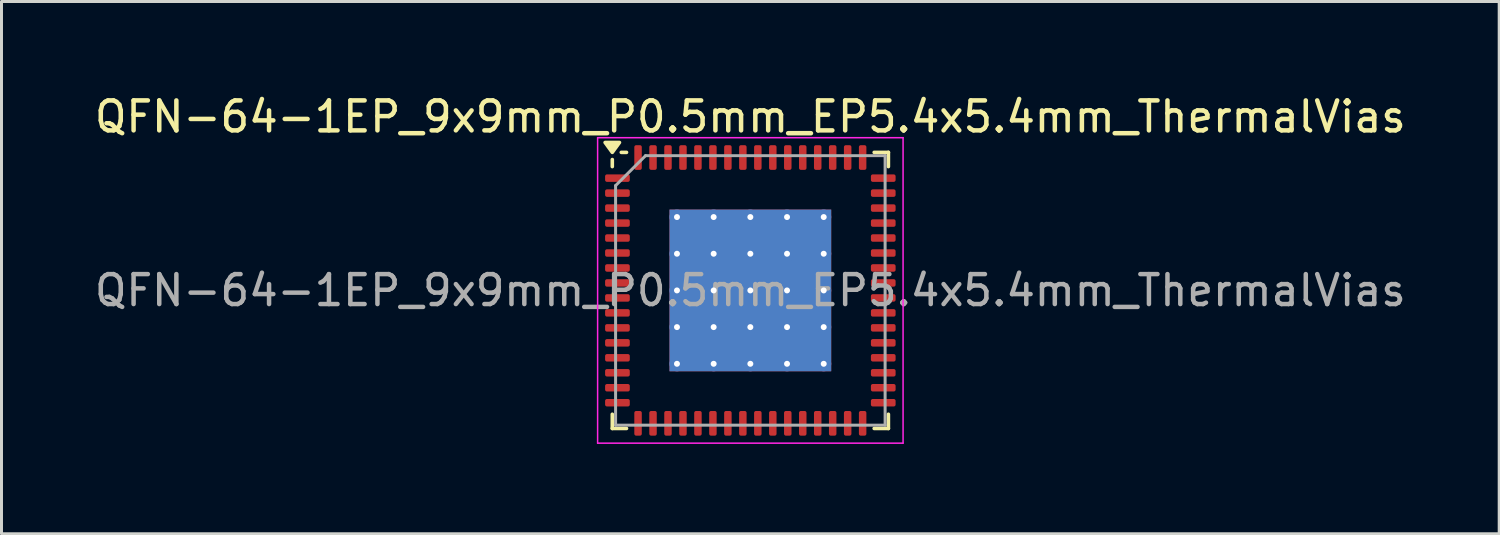
<source format=kicad_pcb>
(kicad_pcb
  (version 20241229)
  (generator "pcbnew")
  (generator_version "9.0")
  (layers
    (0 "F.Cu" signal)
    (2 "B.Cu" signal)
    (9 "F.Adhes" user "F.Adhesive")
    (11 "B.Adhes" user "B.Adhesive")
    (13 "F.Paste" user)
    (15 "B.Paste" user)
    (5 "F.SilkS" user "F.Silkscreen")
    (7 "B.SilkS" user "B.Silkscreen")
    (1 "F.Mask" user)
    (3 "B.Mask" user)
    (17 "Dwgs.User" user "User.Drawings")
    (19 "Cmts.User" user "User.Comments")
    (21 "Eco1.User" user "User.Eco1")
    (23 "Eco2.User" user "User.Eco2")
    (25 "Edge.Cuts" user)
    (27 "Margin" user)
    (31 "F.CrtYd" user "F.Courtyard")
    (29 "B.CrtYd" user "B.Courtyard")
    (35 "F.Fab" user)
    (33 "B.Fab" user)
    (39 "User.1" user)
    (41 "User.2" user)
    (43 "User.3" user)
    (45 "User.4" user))
  (footprint "QFN-64-1EP_9x9mm_P0.5mm_EP5.4x5.4mm_ThermalVias"
    (layer "F.Cu")
    (at 22.006 6.648)
    (property "Reference" "QFN-64-1EP_9x9mm_P0.5mm_EP5.4x5.4mm_ThermalVias" (at 0 -5.8 0) (layer "F.SilkS") (effects (font (size 1 1) (thickness 0.15))))
    (attr smd)
    (fp_line (start -4.61 -4.135) (end -4.61 -4.37) (stroke (width 0.12) (type solid)) (layer "F.SilkS"))
    (fp_line (start -4.61 4.61) (end -4.61 4.135) (stroke (width 0.12) (type solid)) (layer "F.SilkS"))
    (fp_line (start -4.135 -4.61) (end -4.31 -4.61) (stroke (width 0.12) (type solid)) (layer "F.SilkS"))
    (fp_line (start -4.135 4.61) (end -4.61 4.61) (stroke (width 0.12) (type solid)) (layer "F.SilkS"))
    (fp_line (start 4.135 -4.61) (end 4.61 -4.61) (stroke (width 0.12) (type solid)) (layer "F.SilkS"))
    (fp_line (start 4.135 4.61) (end 4.61 4.61) (stroke (width 0.12) (type solid)) (layer "F.SilkS"))
    (fp_line (start 4.61 -4.61) (end 4.61 -4.135) (stroke (width 0.12) (type solid)) (layer "F.SilkS"))
    (fp_line (start 4.61 4.61) (end 4.61 4.135) (stroke (width 0.12) (type solid)) (layer "F.SilkS"))
    (fp_poly (pts (xy -4.61 -4.61) (xy -4.85 -4.94) (xy -4.37 -4.94) (xy -4.61 -4.61)) (stroke (width 0.12) (type solid)) (fill yes) (layer "F.SilkS"))
    (fp_line (start -5.1 -5.1) (end -5.1 5.1) (stroke (width 0.05) (type solid)) (layer "F.CrtYd"))
    (fp_line (start -5.1 5.1) (end 5.1 5.1) (stroke (width 0.05) (type solid)) (layer "F.CrtYd"))
    (fp_line (start 5.1 -5.1) (end -5.1 -5.1) (stroke (width 0.05) (type solid)) (layer "F.CrtYd"))
    (fp_line (start 5.1 5.1) (end 5.1 -5.1) (stroke (width 0.05) (type solid)) (layer "F.CrtYd"))
    (fp_line (start -4.5 -3.5) (end -3.5 -4.5) (stroke (width 0.1) (type solid)) (layer "F.Fab"))
    (fp_line (start -4.5 4.5) (end -4.5 -3.5) (stroke (width 0.1) (type solid)) (layer "F.Fab"))
    (fp_line (start -3.5 -4.5) (end 4.5 -4.5) (stroke (width 0.1) (type solid)) (layer "F.Fab"))
    (fp_line (start 4.5 -4.5) (end 4.5 4.5) (stroke (width 0.1) (type solid)) (layer "F.Fab"))
    (fp_line (start 4.5 4.5) (end -4.5 4.5) (stroke (width 0.1) (type solid)) (layer "F.Fab"))
    (fp_text user "${REFERENCE}" (at 0 0 0) (layer "F.Fab") (effects (font (size 1 1) (thickness 0.15))))
    (pad "" smd roundrect (at -1.837 -1.837) (size 1.088 1.088) (layers "F.Paste") (roundrect_rratio 0.23))
    (pad "" smd roundrect (at -1.837 -0.613) (size 1.088 1.088) (layers "F.Paste") (roundrect_rratio 0.23))
    (pad "" smd roundrect (at -1.837 0.613) (size 1.088 1.088) (layers "F.Paste") (roundrect_rratio 0.23))
    (pad "" smd roundrect (at -1.837 1.837) (size 1.088 1.088) (layers "F.Paste") (roundrect_rratio 0.23))
    (pad "" smd roundrect (at -0.613 -1.837) (size 1.088 1.088) (layers "F.Paste") (roundrect_rratio 0.23))
    (pad "" smd roundrect (at -0.613 -0.613) (size 1.088 1.088) (layers "F.Paste") (roundrect_rratio 0.23))
    (pad "" smd roundrect (at -0.613 0.613) (size 1.088 1.088) (layers "F.Paste") (roundrect_rratio 0.23))
    (pad "" smd roundrect (at -0.613 1.837) (size 1.088 1.088) (layers "F.Paste") (roundrect_rratio 0.23))
    (pad "" smd roundrect (at 0.613 -1.837) (size 1.088 1.088) (layers "F.Paste") (roundrect_rratio 0.23))
    (pad "" smd roundrect (at 0.613 -0.613) (size 1.088 1.088) (layers "F.Paste") (roundrect_rratio 0.23))
    (pad "" smd roundrect (at 0.613 0.613) (size 1.088 1.088) (layers "F.Paste") (roundrect_rratio 0.23))
    (pad "" smd roundrect (at 0.613 1.837) (size 1.088 1.088) (layers "F.Paste") (roundrect_rratio 0.23))
    (pad "" smd roundrect (at 1.837 -1.837) (size 1.088 1.088) (layers "F.Paste") (roundrect_rratio 0.23))
    (pad "" smd roundrect (at 1.837 -0.613) (size 1.088 1.088) (layers "F.Paste") (roundrect_rratio 0.23))
    (pad "" smd roundrect (at 1.837 0.613) (size 1.088 1.088) (layers "F.Paste") (roundrect_rratio 0.23))
    (pad "" smd roundrect (at 1.837 1.837) (size 1.088 1.088) (layers "F.Paste") (roundrect_rratio 0.23))
    (pad "1" smd roundrect (at -4.438 -3.75) (size 0.825 0.25) (layers "F.Cu" "F.Mask" "F.Paste") (roundrect_rratio 0.25))
    (pad "2" smd roundrect (at -4.438 -3.25) (size 0.825 0.25) (layers "F.Cu" "F.Mask" "F.Paste") (roundrect_rratio 0.25))
    (pad "3" smd roundrect (at -4.438 -2.75) (size 0.825 0.25) (layers "F.Cu" "F.Mask" "F.Paste") (roundrect_rratio 0.25))
    (pad "4" smd roundrect (at -4.438 -2.25) (size 0.825 0.25) (layers "F.Cu" "F.Mask" "F.Paste") (roundrect_rratio 0.25))
    (pad "5" smd roundrect (at -4.438 -1.75) (size 0.825 0.25) (layers "F.Cu" "F.Mask" "F.Paste") (roundrect_rratio 0.25))
    (pad "6" smd roundrect (at -4.438 -1.25) (size 0.825 0.25) (layers "F.Cu" "F.Mask" "F.Paste") (roundrect_rratio 0.25))
    (pad "7" smd roundrect (at -4.438 -0.75) (size 0.825 0.25) (layers "F.Cu" "F.Mask" "F.Paste") (roundrect_rratio 0.25))
    (pad "8" smd roundrect (at -4.438 -0.25) (size 0.825 0.25) (layers "F.Cu" "F.Mask" "F.Paste") (roundrect_rratio 0.25))
    (pad "9" smd roundrect (at -4.438 0.25) (size 0.825 0.25) (layers "F.Cu" "F.Mask" "F.Paste") (roundrect_rratio 0.25))
    (pad "10" smd roundrect (at -4.438 0.75) (size 0.825 0.25) (layers "F.Cu" "F.Mask" "F.Paste") (roundrect_rratio 0.25))
    (pad "11" smd roundrect (at -4.438 1.25) (size 0.825 0.25) (layers "F.Cu" "F.Mask" "F.Paste") (roundrect_rratio 0.25))
    (pad "12" smd roundrect (at -4.438 1.75) (size 0.825 0.25) (layers "F.Cu" "F.Mask" "F.Paste") (roundrect_rratio 0.25))
    (pad "13" smd roundrect (at -4.438 2.25) (size 0.825 0.25) (layers "F.Cu" "F.Mask" "F.Paste") (roundrect_rratio 0.25))
    (pad "14" smd roundrect (at -4.438 2.75) (size 0.825 0.25) (layers "F.Cu" "F.Mask" "F.Paste") (roundrect_rratio 0.25))
    (pad "15" smd roundrect (at -4.438 3.25) (size 0.825 0.25) (layers "F.Cu" "F.Mask" "F.Paste") (roundrect_rratio 0.25))
    (pad "16" smd roundrect (at -4.438 3.75) (size 0.825 0.25) (layers "F.Cu" "F.Mask" "F.Paste") (roundrect_rratio 0.25))
    (pad "17" smd roundrect (at -3.75 4.438) (size 0.25 0.825) (layers "F.Cu" "F.Mask" "F.Paste") (roundrect_rratio 0.25))
    (pad "18" smd roundrect (at -3.25 4.438) (size 0.25 0.825) (layers "F.Cu" "F.Mask" "F.Paste") (roundrect_rratio 0.25))
    (pad "19" smd roundrect (at -2.75 4.438) (size 0.25 0.825) (layers "F.Cu" "F.Mask" "F.Paste") (roundrect_rratio 0.25))
    (pad "20" smd roundrect (at -2.25 4.438) (size 0.25 0.825) (layers "F.Cu" "F.Mask" "F.Paste") (roundrect_rratio 0.25))
    (pad "21" smd roundrect (at -1.75 4.438) (size 0.25 0.825) (layers "F.Cu" "F.Mask" "F.Paste") (roundrect_rratio 0.25))
    (pad "22" smd roundrect (at -1.25 4.438) (size 0.25 0.825) (layers "F.Cu" "F.Mask" "F.Paste") (roundrect_rratio 0.25))
    (pad "23" smd roundrect (at -0.75 4.438) (size 0.25 0.825) (layers "F.Cu" "F.Mask" "F.Paste") (roundrect_rratio 0.25))
    (pad "24" smd roundrect (at -0.25 4.438) (size 0.25 0.825) (layers "F.Cu" "F.Mask" "F.Paste") (roundrect_rratio 0.25))
    (pad "25" smd roundrect (at 0.25 4.438) (size 0.25 0.825) (layers "F.Cu" "F.Mask" "F.Paste") (roundrect_rratio 0.25))
    (pad "26" smd roundrect (at 0.75 4.438) (size 0.25 0.825) (layers "F.Cu" "F.Mask" "F.Paste") (roundrect_rratio 0.25))
    (pad "27" smd roundrect (at 1.25 4.438) (size 0.25 0.825) (layers "F.Cu" "F.Mask" "F.Paste") (roundrect_rratio 0.25))
    (pad "28" smd roundrect (at 1.75 4.438) (size 0.25 0.825) (layers "F.Cu" "F.Mask" "F.Paste") (roundrect_rratio 0.25))
    (pad "29" smd roundrect (at 2.25 4.438) (size 0.25 0.825) (layers "F.Cu" "F.Mask" "F.Paste") (roundrect_rratio 0.25))
    (pad "30" smd roundrect (at 2.75 4.438) (size 0.25 0.825) (layers "F.Cu" "F.Mask" "F.Paste") (roundrect_rratio 0.25))
    (pad "31" smd roundrect (at 3.25 4.438) (size 0.25 0.825) (layers "F.Cu" "F.Mask" "F.Paste") (roundrect_rratio 0.25))
    (pad "32" smd roundrect (at 3.75 4.438) (size 0.25 0.825) (layers "F.Cu" "F.Mask" "F.Paste") (roundrect_rratio 0.25))
    (pad "33" smd roundrect (at 4.438 3.75) (size 0.825 0.25) (layers "F.Cu" "F.Mask" "F.Paste") (roundrect_rratio 0.25))
    (pad "34" smd roundrect (at 4.438 3.25) (size 0.825 0.25) (layers "F.Cu" "F.Mask" "F.Paste") (roundrect_rratio 0.25))
    (pad "35" smd roundrect (at 4.438 2.75) (size 0.825 0.25) (layers "F.Cu" "F.Mask" "F.Paste") (roundrect_rratio 0.25))
    (pad "36" smd roundrect (at 4.438 2.25) (size 0.825 0.25) (layers "F.Cu" "F.Mask" "F.Paste") (roundrect_rratio 0.25))
    (pad "37" smd roundrect (at 4.438 1.75) (size 0.825 0.25) (layers "F.Cu" "F.Mask" "F.Paste") (roundrect_rratio 0.25))
    (pad "38" smd roundrect (at 4.438 1.25) (size 0.825 0.25) (layers "F.Cu" "F.Mask" "F.Paste") (roundrect_rratio 0.25))
    (pad "39" smd roundrect (at 4.438 0.75) (size 0.825 0.25) (layers "F.Cu" "F.Mask" "F.Paste") (roundrect_rratio 0.25))
    (pad "40" smd roundrect (at 4.438 0.25) (size 0.825 0.25) (layers "F.Cu" "F.Mask" "F.Paste") (roundrect_rratio 0.25))
    (pad "41" smd roundrect (at 4.438 -0.25) (size 0.825 0.25) (layers "F.Cu" "F.Mask" "F.Paste") (roundrect_rratio 0.25))
    (pad "42" smd roundrect (at 4.438 -0.75) (size 0.825 0.25) (layers "F.Cu" "F.Mask" "F.Paste") (roundrect_rratio 0.25))
    (pad "43" smd roundrect (at 4.438 -1.25) (size 0.825 0.25) (layers "F.Cu" "F.Mask" "F.Paste") (roundrect_rratio 0.25))
    (pad "44" smd roundrect (at 4.438 -1.75) (size 0.825 0.25) (layers "F.Cu" "F.Mask" "F.Paste") (roundrect_rratio 0.25))
    (pad "45" smd roundrect (at 4.438 -2.25) (size 0.825 0.25) (layers "F.Cu" "F.Mask" "F.Paste") (roundrect_rratio 0.25))
    (pad "46" smd roundrect (at 4.438 -2.75) (size 0.825 0.25) (layers "F.Cu" "F.Mask" "F.Paste") (roundrect_rratio 0.25))
    (pad "47" smd roundrect (at 4.438 -3.25) (size 0.825 0.25) (layers "F.Cu" "F.Mask" "F.Paste") (roundrect_rratio 0.25))
    (pad "48" smd roundrect (at 4.438 -3.75) (size 0.825 0.25) (layers "F.Cu" "F.Mask" "F.Paste") (roundrect_rratio 0.25))
    (pad "49" smd roundrect (at 3.75 -4.438) (size 0.25 0.825) (layers "F.Cu" "F.Mask" "F.Paste") (roundrect_rratio 0.25))
    (pad "50" smd roundrect (at 3.25 -4.438) (size 0.25 0.825) (layers "F.Cu" "F.Mask" "F.Paste") (roundrect_rratio 0.25))
    (pad "51" smd roundrect (at 2.75 -4.438) (size 0.25 0.825) (layers "F.Cu" "F.Mask" "F.Paste") (roundrect_rratio 0.25))
    (pad "52" smd roundrect (at 2.25 -4.438) (size 0.25 0.825) (layers "F.Cu" "F.Mask" "F.Paste") (roundrect_rratio 0.25))
    (pad "53" smd roundrect (at 1.75 -4.438) (size 0.25 0.825) (layers "F.Cu" "F.Mask" "F.Paste") (roundrect_rratio 0.25))
    (pad "54" smd roundrect (at 1.25 -4.438) (size 0.25 0.825) (layers "F.Cu" "F.Mask" "F.Paste") (roundrect_rratio 0.25))
    (pad "55" smd roundrect (at 0.75 -4.438) (size 0.25 0.825) (layers "F.Cu" "F.Mask" "F.Paste") (roundrect_rratio 0.25))
    (pad "56" smd roundrect (at 0.25 -4.438) (size 0.25 0.825) (layers "F.Cu" "F.Mask" "F.Paste") (roundrect_rratio 0.25))
    (pad "57" smd roundrect (at -0.25 -4.438) (size 0.25 0.825) (layers "F.Cu" "F.Mask" "F.Paste") (roundrect_rratio 0.25))
    (pad "58" smd roundrect (at -0.75 -4.438) (size 0.25 0.825) (layers "F.Cu" "F.Mask" "F.Paste") (roundrect_rratio 0.25))
    (pad "59" smd roundrect (at -1.25 -4.438) (size 0.25 0.825) (layers "F.Cu" "F.Mask" "F.Paste") (roundrect_rratio 0.25))
    (pad "60" smd roundrect (at -1.75 -4.438) (size 0.25 0.825) (layers "F.Cu" "F.Mask" "F.Paste") (roundrect_rratio 0.25))
    (pad "61" smd roundrect (at -2.25 -4.438) (size 0.25 0.825) (layers "F.Cu" "F.Mask" "F.Paste") (roundrect_rratio 0.25))
    (pad "62" smd roundrect (at -2.75 -4.438) (size 0.25 0.825) (layers "F.Cu" "F.Mask" "F.Paste") (roundrect_rratio 0.25))
    (pad "63" smd roundrect (at -3.25 -4.438) (size 0.25 0.825) (layers "F.Cu" "F.Mask" "F.Paste") (roundrect_rratio 0.25))
    (pad "64" smd roundrect (at -3.75 -4.438) (size 0.25 0.825) (layers "F.Cu" "F.Mask" "F.Paste") (roundrect_rratio 0.25))
    (pad "65" thru_hole circle (at -2.45 -2.45) (size 0.5 0.5) (drill 0.2) (property pad_prop_heatsink) (layers "*.Cu"))
    (pad "65" thru_hole circle (at -2.45 -1.225) (size 0.5 0.5) (drill 0.2) (property pad_prop_heatsink) (layers "*.Cu"))
    (pad "65" thru_hole circle (at -2.45 0) (size 0.5 0.5) (drill 0.2) (property pad_prop_heatsink) (layers "*.Cu"))
    (pad "65" thru_hole circle (at -2.45 1.225) (size 0.5 0.5) (drill 0.2) (property pad_prop_heatsink) (layers "*.Cu"))
    (pad "65" thru_hole circle (at -2.45 2.45) (size 0.5 0.5) (drill 0.2) (property pad_prop_heatsink) (layers "*.Cu"))
    (pad "65" thru_hole circle (at -1.225 -2.45) (size 0.5 0.5) (drill 0.2) (property pad_prop_heatsink) (layers "*.Cu"))
    (pad "65" thru_hole circle (at -1.225 -1.225) (size 0.5 0.5) (drill 0.2) (property pad_prop_heatsink) (layers "*.Cu"))
    (pad "65" thru_hole circle (at -1.225 0) (size 0.5 0.5) (drill 0.2) (property pad_prop_heatsink) (layers "*.Cu"))
    (pad "65" thru_hole circle (at -1.225 1.225) (size 0.5 0.5) (drill 0.2) (property pad_prop_heatsink) (layers "*.Cu"))
    (pad "65" thru_hole circle (at -1.225 2.45) (size 0.5 0.5) (drill 0.2) (property pad_prop_heatsink) (layers "*.Cu"))
    (pad "65" thru_hole circle (at 0 -2.45) (size 0.5 0.5) (drill 0.2) (property pad_prop_heatsink) (layers "*.Cu"))
    (pad "65" thru_hole circle (at 0 -1.225) (size 0.5 0.5) (drill 0.2) (property pad_prop_heatsink) (layers "*.Cu"))
    (pad "65" thru_hole circle (at 0 0) (size 0.5 0.5) (drill 0.2) (property pad_prop_heatsink) (layers "*.Cu"))
    (pad "65" smd rect (at 0 0) (size 5.4 5.4) (property pad_prop_heatsink) (layers "F.Cu" "F.Mask"))
    (pad "65" smd rect (at 0 0) (size 5.4 5.4) (property pad_prop_heatsink) (layers "B.Cu"))
    (pad "65" thru_hole circle (at 0 1.225) (size 0.5 0.5) (drill 0.2) (property pad_prop_heatsink) (layers "*.Cu"))
    (pad "65" thru_hole circle (at 0 2.45) (size 0.5 0.5) (drill 0.2) (property pad_prop_heatsink) (layers "*.Cu"))
    (pad "65" thru_hole circle (at 1.225 -2.45) (size 0.5 0.5) (drill 0.2) (property pad_prop_heatsink) (layers "*.Cu"))
    (pad "65" thru_hole circle (at 1.225 -1.225) (size 0.5 0.5) (drill 0.2) (property pad_prop_heatsink) (layers "*.Cu"))
    (pad "65" thru_hole circle (at 1.225 0) (size 0.5 0.5) (drill 0.2) (property pad_prop_heatsink) (layers "*.Cu"))
    (pad "65" thru_hole circle (at 1.225 1.225) (size 0.5 0.5) (drill 0.2) (property pad_prop_heatsink) (layers "*.Cu"))
    (pad "65" thru_hole circle (at 1.225 2.45) (size 0.5 0.5) (drill 0.2) (property pad_prop_heatsink) (layers "*.Cu"))
    (pad "65" thru_hole circle (at 2.45 -2.45) (size 0.5 0.5) (drill 0.2) (property pad_prop_heatsink) (layers "*.Cu"))
    (pad "65" thru_hole circle (at 2.45 -1.225) (size 0.5 0.5) (drill 0.2) (property pad_prop_heatsink) (layers "*.Cu"))
    (pad "65" thru_hole circle (at 2.45 0) (size 0.5 0.5) (drill 0.2) (property pad_prop_heatsink) (layers "*.Cu"))
    (pad "65" thru_hole circle (at 2.45 1.225) (size 0.5 0.5) (drill 0.2) (property pad_prop_heatsink) (layers "*.Cu"))
    (pad "65" thru_hole circle (at 2.45 2.45) (size 0.5 0.5) (drill 0.2) (property pad_prop_heatsink) (layers "*.Cu")))
  (gr_rect
    (start -3 -3)
    (end 47.012 14.773)
    (stroke (width 0.1) (type default))
    (fill no)
    (layer "Edge.Cuts")))
</source>
